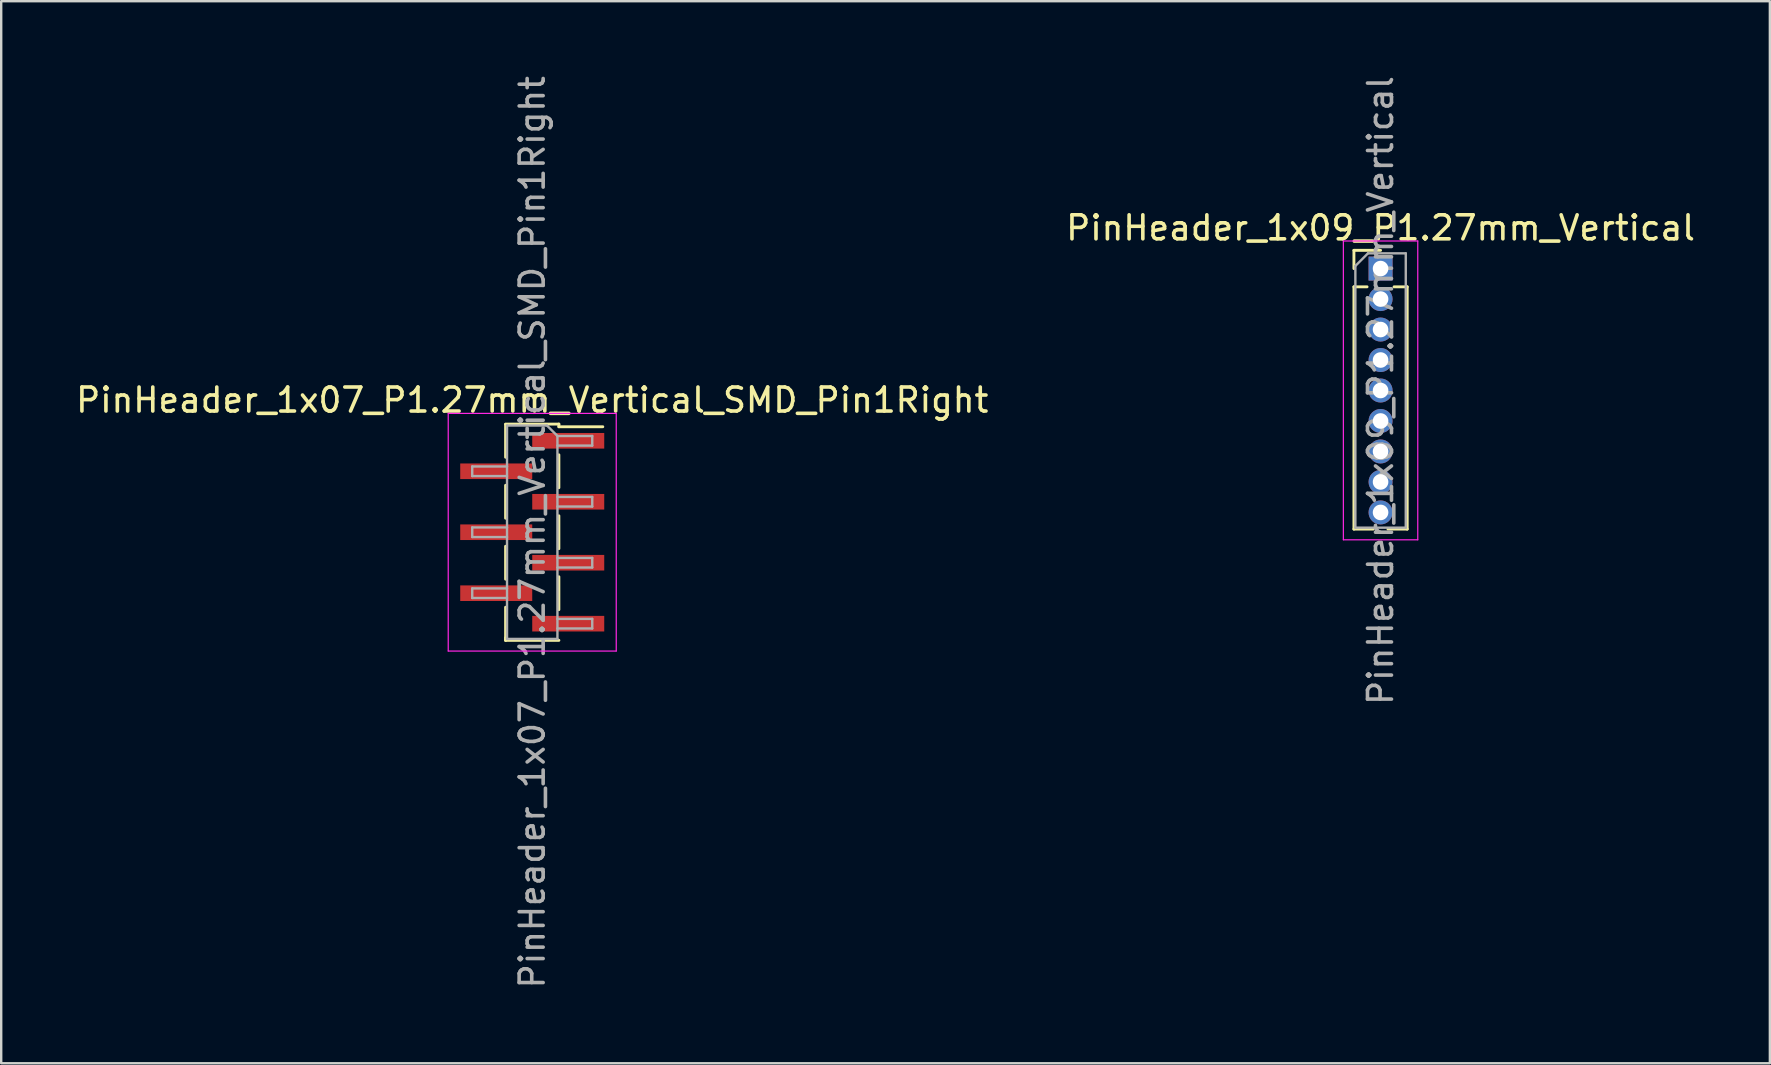
<source format=kicad_pcb>
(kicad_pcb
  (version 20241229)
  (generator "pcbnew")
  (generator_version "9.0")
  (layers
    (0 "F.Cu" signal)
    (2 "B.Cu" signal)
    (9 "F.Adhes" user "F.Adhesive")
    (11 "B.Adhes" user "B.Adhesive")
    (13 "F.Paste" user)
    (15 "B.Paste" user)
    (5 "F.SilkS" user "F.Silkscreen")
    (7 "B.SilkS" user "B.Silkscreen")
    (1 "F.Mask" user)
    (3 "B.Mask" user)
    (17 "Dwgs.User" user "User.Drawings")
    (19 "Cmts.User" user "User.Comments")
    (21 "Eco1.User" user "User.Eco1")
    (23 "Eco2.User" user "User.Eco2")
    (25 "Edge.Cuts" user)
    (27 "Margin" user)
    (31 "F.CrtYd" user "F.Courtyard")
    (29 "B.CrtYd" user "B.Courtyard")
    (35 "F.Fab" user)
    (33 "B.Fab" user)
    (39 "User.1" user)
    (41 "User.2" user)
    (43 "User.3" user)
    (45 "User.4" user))
  (footprint "PinHeader_1x09_P1.27mm_Vertical"
    (layer "F.Cu")
    (at 54.47 8.14)
    (property "Reference" "PinHeader_1x09_P1.27mm_Vertical" (at 0 -1.695 0) (layer "F.SilkS") (effects (font (size 1 1) (thickness 0.15))))
    (attr through_hole)
    (fp_line (start -1.11 -0.76) (end 0 -0.76) (stroke (width 0.12) (type solid)) (layer "F.SilkS"))
    (fp_line (start -1.11 0) (end -1.11 -0.76) (stroke (width 0.12) (type solid)) (layer "F.SilkS"))
    (fp_line (start -1.11 0.76) (end -1.11 10.855) (stroke (width 0.12) (type solid)) (layer "F.SilkS"))
    (fp_line (start -1.11 0.76) (end -0.563 0.76) (stroke (width 0.12) (type solid)) (layer "F.SilkS"))
    (fp_line (start -1.11 10.855) (end -0.308 10.855) (stroke (width 0.12) (type solid)) (layer "F.SilkS"))
    (fp_line (start 0.308 10.855) (end 1.11 10.855) (stroke (width 0.12) (type solid)) (layer "F.SilkS"))
    (fp_line (start 0.563 0.76) (end 1.11 0.76) (stroke (width 0.12) (type solid)) (layer "F.SilkS"))
    (fp_line (start 1.11 0.76) (end 1.11 10.855) (stroke (width 0.12) (type solid)) (layer "F.SilkS"))
    (fp_line (start -1.55 -1.15) (end -1.55 11.3) (stroke (width 0.05) (type solid)) (layer "F.CrtYd"))
    (fp_line (start -1.55 11.3) (end 1.55 11.3) (stroke (width 0.05) (type solid)) (layer "F.CrtYd"))
    (fp_line (start 1.55 -1.15) (end -1.55 -1.15) (stroke (width 0.05) (type solid)) (layer "F.CrtYd"))
    (fp_line (start 1.55 11.3) (end 1.55 -1.15) (stroke (width 0.05) (type solid)) (layer "F.CrtYd"))
    (fp_line (start -1.05 -0.11) (end -0.525 -0.635) (stroke (width 0.1) (type solid)) (layer "F.Fab"))
    (fp_line (start -1.05 10.795) (end -1.05 -0.11) (stroke (width 0.1) (type solid)) (layer "F.Fab"))
    (fp_line (start -0.525 -0.635) (end 1.05 -0.635) (stroke (width 0.1) (type solid)) (layer "F.Fab"))
    (fp_line (start 1.05 -0.635) (end 1.05 10.795) (stroke (width 0.1) (type solid)) (layer "F.Fab"))
    (fp_line (start 1.05 10.795) (end -1.05 10.795) (stroke (width 0.1) (type solid)) (layer "F.Fab"))
    (fp_text user "${REFERENCE}" (at 0 5.08 90) (layer "F.Fab") (effects (font (size 1 1) (thickness 0.15))))
    (pad "1" thru_hole rect (at 0 0) (size 1 1) (drill 0.65) (layers "*.Cu" "*.Mask"))
    (pad "2" thru_hole oval (at 0 1.27) (size 1 1) (drill 0.65) (layers "*.Cu" "*.Mask"))
    (pad "3" thru_hole oval (at 0 2.54) (size 1 1) (drill 0.65) (layers "*.Cu" "*.Mask"))
    (pad "4" thru_hole oval (at 0 3.81) (size 1 1) (drill 0.65) (layers "*.Cu" "*.Mask"))
    (pad "5" thru_hole oval (at 0 5.08) (size 1 1) (drill 0.65) (layers "*.Cu" "*.Mask"))
    (pad "6" thru_hole oval (at 0 6.35) (size 1 1) (drill 0.65) (layers "*.Cu" "*.Mask"))
    (pad "7" thru_hole oval (at 0 7.62) (size 1 1) (drill 0.65) (layers "*.Cu" "*.Mask"))
    (pad "8" thru_hole oval (at 0 8.89) (size 1 1) (drill 0.65) (layers "*.Cu" "*.Mask"))
    (pad "9" thru_hole oval (at 0 10.16) (size 1 1) (drill 0.65) (layers "*.Cu" "*.Mask")))
  (footprint "PinHeader_1x07_P1.27mm_Vertical_SMD_Pin1Right"
    (layer "F.Cu")
    (at 19.125 19.125)
    (property "Reference" "PinHeader_1x07_P1.27mm_Vertical_SMD_Pin1Right" (at 0 -5.505 0) (layer "F.SilkS") (effects (font (size 1 1) (thickness 0.15))))
    (attr smd)
    (fp_line (start -1.11 -4.505) (end 1.11 -4.505) (stroke (width 0.12) (type solid)) (layer "F.SilkS"))
    (fp_line (start -1.11 -4.495) (end -1.11 -3.125) (stroke (width 0.12) (type solid)) (layer "F.SilkS"))
    (fp_line (start -1.11 -1.955) (end -1.11 -0.585) (stroke (width 0.12) (type solid)) (layer "F.SilkS"))
    (fp_line (start -1.11 0.585) (end -1.11 1.955) (stroke (width 0.12) (type solid)) (layer "F.SilkS"))
    (fp_line (start -1.11 3.125) (end -1.11 4.495) (stroke (width 0.12) (type solid)) (layer "F.SilkS"))
    (fp_line (start -1.11 4.395) (end -1.11 4.505) (stroke (width 0.12) (type solid)) (layer "F.SilkS"))
    (fp_line (start -1.11 4.505) (end 1.11 4.505) (stroke (width 0.12) (type solid)) (layer "F.SilkS"))
    (fp_line (start 1.11 -4.505) (end 1.11 -4.395) (stroke (width 0.12) (type solid)) (layer "F.SilkS"))
    (fp_line (start 1.11 -4.395) (end 2.94 -4.395) (stroke (width 0.12) (type solid)) (layer "F.SilkS"))
    (fp_line (start 1.11 -3.225) (end 1.11 -1.855) (stroke (width 0.12) (type solid)) (layer "F.SilkS"))
    (fp_line (start 1.11 -0.685) (end 1.11 0.685) (stroke (width 0.12) (type solid)) (layer "F.SilkS"))
    (fp_line (start 1.11 1.855) (end 1.11 3.225) (stroke (width 0.12) (type solid)) (layer "F.SilkS"))
    (fp_line (start -3.5 -4.95) (end -3.5 4.95) (stroke (width 0.05) (type solid)) (layer "F.CrtYd"))
    (fp_line (start -3.5 4.95) (end 3.5 4.95) (stroke (width 0.05) (type solid)) (layer "F.CrtYd"))
    (fp_line (start 3.5 -4.95) (end -3.5 -4.95) (stroke (width 0.05) (type solid)) (layer "F.CrtYd"))
    (fp_line (start 3.5 4.95) (end 3.5 -4.95) (stroke (width 0.05) (type solid)) (layer "F.CrtYd"))
    (fp_line (start -2.5 -2.74) (end -2.5 -2.34) (stroke (width 0.1) (type solid)) (layer "F.Fab"))
    (fp_line (start -2.5 -2.34) (end -1.05 -2.34) (stroke (width 0.1) (type solid)) (layer "F.Fab"))
    (fp_line (start -2.5 -0.2) (end -2.5 0.2) (stroke (width 0.1) (type solid)) (layer "F.Fab"))
    (fp_line (start -2.5 0.2) (end -1.05 0.2) (stroke (width 0.1) (type solid)) (layer "F.Fab"))
    (fp_line (start -2.5 2.34) (end -2.5 2.74) (stroke (width 0.1) (type solid)) (layer "F.Fab"))
    (fp_line (start -2.5 2.74) (end -1.05 2.74) (stroke (width 0.1) (type solid)) (layer "F.Fab"))
    (fp_line (start -1.05 -4.445) (end -1.05 4.445) (stroke (width 0.1) (type solid)) (layer "F.Fab"))
    (fp_line (start -1.05 -4.445) (end 0.615 -4.445) (stroke (width 0.1) (type solid)) (layer "F.Fab"))
    (fp_line (start -1.05 -2.74) (end -2.5 -2.74) (stroke (width 0.1) (type solid)) (layer "F.Fab"))
    (fp_line (start -1.05 -0.2) (end -2.5 -0.2) (stroke (width 0.1) (type solid)) (layer "F.Fab"))
    (fp_line (start -1.05 2.34) (end -2.5 2.34) (stroke (width 0.1) (type solid)) (layer "F.Fab"))
    (fp_line (start 1.05 -4.01) (end 0.615 -4.445) (stroke (width 0.1) (type solid)) (layer "F.Fab"))
    (fp_line (start 1.05 -4.01) (end 2.5 -4.01) (stroke (width 0.1) (type solid)) (layer "F.Fab"))
    (fp_line (start 1.05 -1.47) (end 2.5 -1.47) (stroke (width 0.1) (type solid)) (layer "F.Fab"))
    (fp_line (start 1.05 1.07) (end 2.5 1.07) (stroke (width 0.1) (type solid)) (layer "F.Fab"))
    (fp_line (start 1.05 3.61) (end 2.5 3.61) (stroke (width 0.1) (type solid)) (layer "F.Fab"))
    (fp_line (start 1.05 4.445) (end -1.05 4.445) (stroke (width 0.1) (type solid)) (layer "F.Fab"))
    (fp_line (start 1.05 4.445) (end 1.05 -4.01) (stroke (width 0.1) (type solid)) (layer "F.Fab"))
    (fp_line (start 2.5 -4.01) (end 2.5 -3.61) (stroke (width 0.1) (type solid)) (layer "F.Fab"))
    (fp_line (start 2.5 -3.61) (end 1.05 -3.61) (stroke (width 0.1) (type solid)) (layer "F.Fab"))
    (fp_line (start 2.5 -1.47) (end 2.5 -1.07) (stroke (width 0.1) (type solid)) (layer "F.Fab"))
    (fp_line (start 2.5 -1.07) (end 1.05 -1.07) (stroke (width 0.1) (type solid)) (layer "F.Fab"))
    (fp_line (start 2.5 1.07) (end 2.5 1.47) (stroke (width 0.1) (type solid)) (layer "F.Fab"))
    (fp_line (start 2.5 1.47) (end 1.05 1.47) (stroke (width 0.1) (type solid)) (layer "F.Fab"))
    (fp_line (start 2.5 3.61) (end 2.5 4.01) (stroke (width 0.1) (type solid)) (layer "F.Fab"))
    (fp_line (start 2.5 4.01) (end 1.05 4.01) (stroke (width 0.1) (type solid)) (layer "F.Fab"))
    (fp_text user "${REFERENCE}" (at 0 0 90) (layer "F.Fab") (effects (font (size 1 1) (thickness 0.15))))
    (pad "1" smd rect (at 1.5 -3.81) (size 3 0.65) (layers "F.Cu" "F.Mask" "F.Paste"))
    (pad "2" smd rect (at -1.5 -2.54) (size 3 0.65) (layers "F.Cu" "F.Mask" "F.Paste"))
    (pad "3" smd rect (at 1.5 -1.27) (size 3 0.65) (layers "F.Cu" "F.Mask" "F.Paste"))
    (pad "4" smd rect (at -1.5 0) (size 3 0.65) (layers "F.Cu" "F.Mask" "F.Paste"))
    (pad "5" smd rect (at 1.5 1.27) (size 3 0.65) (layers "F.Cu" "F.Mask" "F.Paste"))
    (pad "6" smd rect (at -1.5 2.54) (size 3 0.65) (layers "F.Cu" "F.Mask" "F.Paste"))
    (pad "7" smd rect (at 1.5 3.81) (size 3 0.65) (layers "F.Cu" "F.Mask" "F.Paste")))
  (gr_rect
    (start -3 -3)
    (end 70.69 41.25)
    (stroke (width 0.1) (type default))
    (fill no)
    (layer "Edge.Cuts")))
</source>
